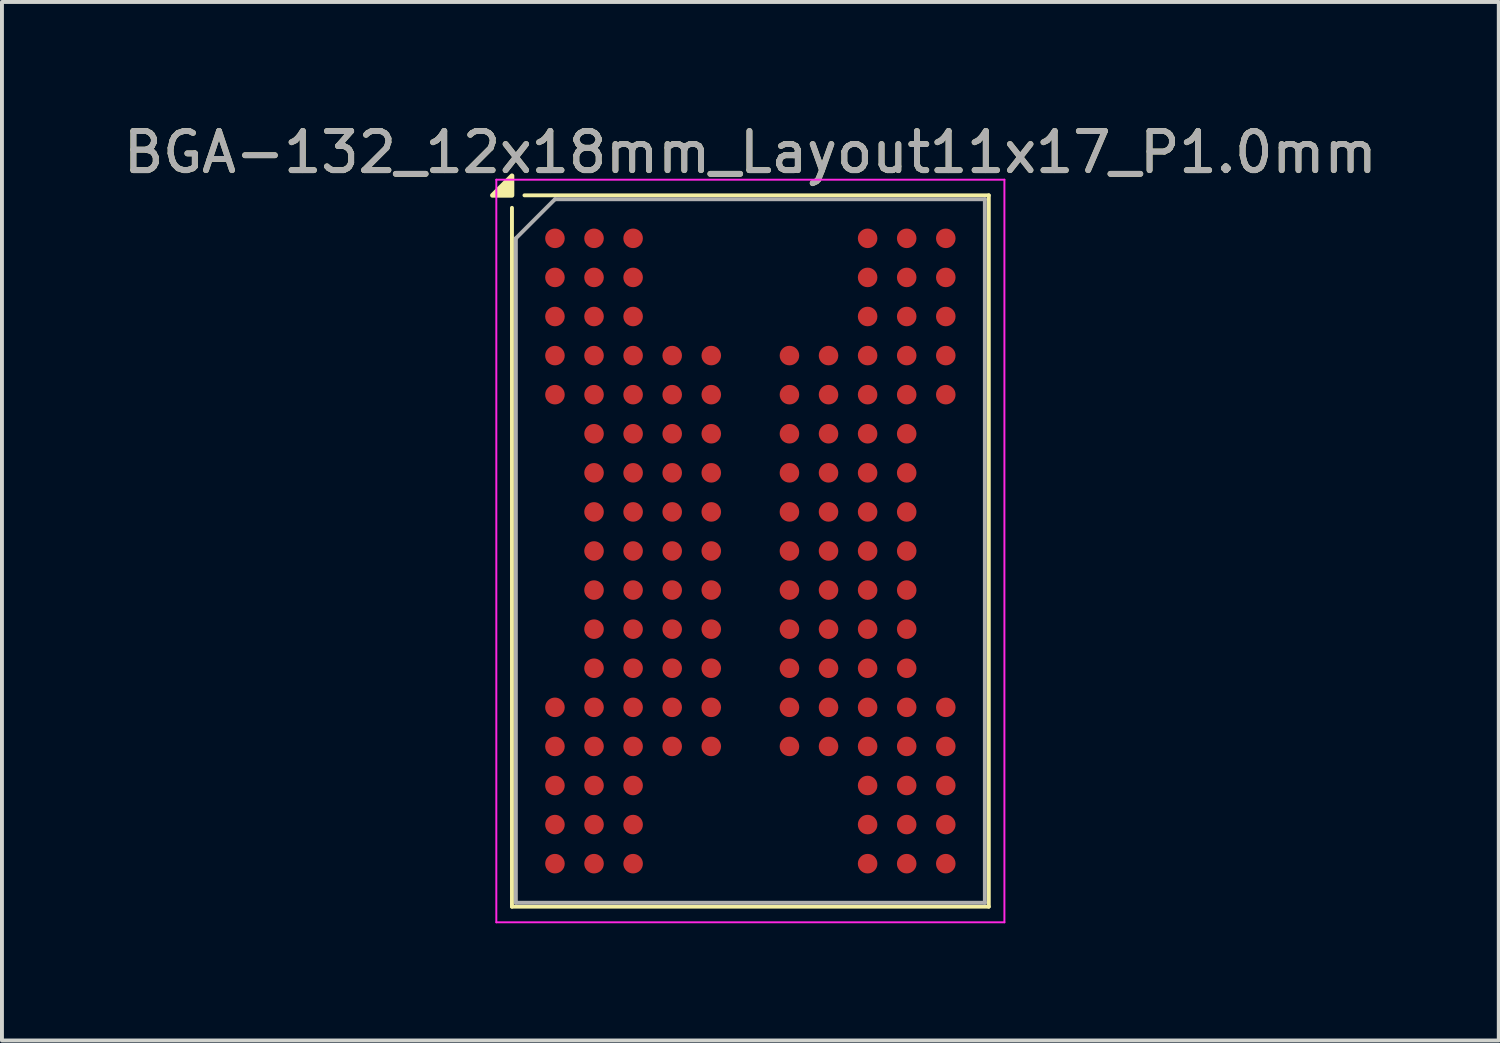
<source format=kicad_pcb>
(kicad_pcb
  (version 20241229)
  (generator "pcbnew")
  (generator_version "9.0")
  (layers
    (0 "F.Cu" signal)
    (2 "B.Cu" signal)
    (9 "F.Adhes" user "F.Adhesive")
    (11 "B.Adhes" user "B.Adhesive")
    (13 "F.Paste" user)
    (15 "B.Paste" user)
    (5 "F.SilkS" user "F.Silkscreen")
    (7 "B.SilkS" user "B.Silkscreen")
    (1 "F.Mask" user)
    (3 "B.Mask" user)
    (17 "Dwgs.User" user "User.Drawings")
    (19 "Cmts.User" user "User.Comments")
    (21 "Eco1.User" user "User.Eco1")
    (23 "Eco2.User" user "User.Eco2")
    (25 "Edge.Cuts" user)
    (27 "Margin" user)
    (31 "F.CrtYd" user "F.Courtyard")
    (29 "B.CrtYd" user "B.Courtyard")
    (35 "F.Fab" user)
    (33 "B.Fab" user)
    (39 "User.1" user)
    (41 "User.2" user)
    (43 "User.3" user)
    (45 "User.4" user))
  (footprint "BGA-132_12x18mm_Layout11x17_P1.0mm"
    (layer "F.Cu")
    (at 16.149 11.048)
    (property "Reference" "BGA-132_12x18mm_Layout11x17_P1.0mm" (at 0 -10.2 0) (layer "F.SilkS") (effects (font (size 1 1) (thickness 0.15))))
    (attr smd)
    (fp_line (start -6.1 9.1) (end -6.1 -8.78) (stroke (width 0.1) (type solid)) (layer "F.SilkS"))
    (fp_line (start -6.1 9.1) (end 6.1 9.1) (stroke (width 0.1) (type solid)) (layer "F.SilkS"))
    (fp_line (start -5.78 -9.1) (end 6.1 -9.1) (stroke (width 0.1) (type solid)) (layer "F.SilkS"))
    (fp_line (start 6.1 -9.1) (end 6.1 9.1) (stroke (width 0.1) (type solid)) (layer "F.SilkS"))
    (fp_poly (pts (xy -6.1 -9.1) (xy -6.6 -9.1) (xy -6.1 -9.6) (xy -6.1 -9.1)) (stroke (width 0.12) (type solid)) (fill yes) (layer "F.SilkS"))
    (fp_line (start -6.5 -9.5) (end 6.5 -9.5) (stroke (width 0.05) (type solid)) (layer "F.CrtYd"))
    (fp_line (start -6.5 9.5) (end -6.5 -9.5) (stroke (width 0.05) (type solid)) (layer "F.CrtYd"))
    (fp_line (start 6.5 -9.5) (end 6.5 9.5) (stroke (width 0.05) (type solid)) (layer "F.CrtYd"))
    (fp_line (start 6.5 9.5) (end -6.5 9.5) (stroke (width 0.05) (type solid)) (layer "F.CrtYd"))
    (fp_line (start -6 -8) (end -6 9) (stroke (width 0.1) (type solid)) (layer "F.Fab"))
    (fp_line (start -5 -9) (end -6 -8) (stroke (width 0.1) (type solid)) (layer "F.Fab"))
    (fp_line (start 6 -9) (end -5 -9) (stroke (width 0.1) (type solid)) (layer "F.Fab"))
    (fp_line (start 6 9) (end -6 9) (stroke (width 0.1) (type solid)) (layer "F.Fab"))
    (fp_line (start 6 9) (end 6 -9) (stroke (width 0.1) (type solid)) (layer "F.Fab"))
    (fp_text user "${REFERENCE}" (at 0 -10.2 0) (layer "F.Fab") (effects (font (size 1 1) (thickness 0.15))))
    (pad "A1" smd circle (at -5 -8) (size 0.5 0.5) (property pad_prop_bga) (layers "F.Cu" "F.Mask" "F.Paste"))
    (pad "A2" smd circle (at -4 -8) (size 0.5 0.5) (property pad_prop_bga) (layers "F.Cu" "F.Mask" "F.Paste"))
    (pad "A3" smd circle (at -3 -8) (size 0.5 0.5) (property pad_prop_bga) (layers "F.Cu" "F.Mask" "F.Paste"))
    (pad "A9" smd circle (at 3 -8) (size 0.5 0.5) (property pad_prop_bga) (layers "F.Cu" "F.Mask" "F.Paste"))
    (pad "A10" smd circle (at 4 -8) (size 0.5 0.5) (property pad_prop_bga) (layers "F.Cu" "F.Mask" "F.Paste"))
    (pad "A11" smd circle (at 5 -8) (size 0.5 0.5) (property pad_prop_bga) (layers "F.Cu" "F.Mask" "F.Paste"))
    (pad "B1" smd circle (at -5 -7) (size 0.5 0.5) (property pad_prop_bga) (layers "F.Cu" "F.Mask" "F.Paste"))
    (pad "B2" smd circle (at -4 -7) (size 0.5 0.5) (property pad_prop_bga) (layers "F.Cu" "F.Mask" "F.Paste"))
    (pad "B3" smd circle (at -3 -7) (size 0.5 0.5) (property pad_prop_bga) (layers "F.Cu" "F.Mask" "F.Paste"))
    (pad "B9" smd circle (at 3 -7) (size 0.5 0.5) (property pad_prop_bga) (layers "F.Cu" "F.Mask" "F.Paste"))
    (pad "B10" smd circle (at 4 -7) (size 0.5 0.5) (property pad_prop_bga) (layers "F.Cu" "F.Mask" "F.Paste"))
    (pad "B11" smd circle (at 5 -7) (size 0.5 0.5) (property pad_prop_bga) (layers "F.Cu" "F.Mask" "F.Paste"))
    (pad "C1" smd circle (at -5 -6) (size 0.5 0.5) (property pad_prop_bga) (layers "F.Cu" "F.Mask" "F.Paste"))
    (pad "C2" smd circle (at -4 -6) (size 0.5 0.5) (property pad_prop_bga) (layers "F.Cu" "F.Mask" "F.Paste"))
    (pad "C3" smd circle (at -3 -6) (size 0.5 0.5) (property pad_prop_bga) (layers "F.Cu" "F.Mask" "F.Paste"))
    (pad "C9" smd circle (at 3 -6) (size 0.5 0.5) (property pad_prop_bga) (layers "F.Cu" "F.Mask" "F.Paste"))
    (pad "C10" smd circle (at 4 -6) (size 0.5 0.5) (property pad_prop_bga) (layers "F.Cu" "F.Mask" "F.Paste"))
    (pad "C11" smd circle (at 5 -6) (size 0.5 0.5) (property pad_prop_bga) (layers "F.Cu" "F.Mask" "F.Paste"))
    (pad "D1" smd circle (at -5 -5) (size 0.5 0.5) (property pad_prop_bga) (layers "F.Cu" "F.Mask" "F.Paste"))
    (pad "D2" smd circle (at -4 -5) (size 0.5 0.5) (property pad_prop_bga) (layers "F.Cu" "F.Mask" "F.Paste"))
    (pad "D3" smd circle (at -3 -5) (size 0.5 0.5) (property pad_prop_bga) (layers "F.Cu" "F.Mask" "F.Paste"))
    (pad "D4" smd circle (at -2 -5) (size 0.5 0.5) (property pad_prop_bga) (layers "F.Cu" "F.Mask" "F.Paste"))
    (pad "D5" smd circle (at -1 -5) (size 0.5 0.5) (property pad_prop_bga) (layers "F.Cu" "F.Mask" "F.Paste"))
    (pad "D7" smd circle (at 1 -5) (size 0.5 0.5) (property pad_prop_bga) (layers "F.Cu" "F.Mask" "F.Paste"))
    (pad "D8" smd circle (at 2 -5) (size 0.5 0.5) (property pad_prop_bga) (layers "F.Cu" "F.Mask" "F.Paste"))
    (pad "D9" smd circle (at 3 -5) (size 0.5 0.5) (property pad_prop_bga) (layers "F.Cu" "F.Mask" "F.Paste"))
    (pad "D10" smd circle (at 4 -5) (size 0.5 0.5) (property pad_prop_bga) (layers "F.Cu" "F.Mask" "F.Paste"))
    (pad "D11" smd circle (at 5 -5) (size 0.5 0.5) (property pad_prop_bga) (layers "F.Cu" "F.Mask" "F.Paste"))
    (pad "E1" smd circle (at -5 -4) (size 0.5 0.5) (property pad_prop_bga) (layers "F.Cu" "F.Mask" "F.Paste"))
    (pad "E2" smd circle (at -4 -4) (size 0.5 0.5) (property pad_prop_bga) (layers "F.Cu" "F.Mask" "F.Paste"))
    (pad "E3" smd circle (at -3 -4) (size 0.5 0.5) (property pad_prop_bga) (layers "F.Cu" "F.Mask" "F.Paste"))
    (pad "E4" smd circle (at -2 -4) (size 0.5 0.5) (property pad_prop_bga) (layers "F.Cu" "F.Mask" "F.Paste"))
    (pad "E5" smd circle (at -1 -4) (size 0.5 0.5) (property pad_prop_bga) (layers "F.Cu" "F.Mask" "F.Paste"))
    (pad "E7" smd circle (at 1 -4) (size 0.5 0.5) (property pad_prop_bga) (layers "F.Cu" "F.Mask" "F.Paste"))
    (pad "E8" smd circle (at 2 -4) (size 0.5 0.5) (property pad_prop_bga) (layers "F.Cu" "F.Mask" "F.Paste"))
    (pad "E9" smd circle (at 3 -4) (size 0.5 0.5) (property pad_prop_bga) (layers "F.Cu" "F.Mask" "F.Paste"))
    (pad "E10" smd circle (at 4 -4) (size 0.5 0.5) (property pad_prop_bga) (layers "F.Cu" "F.Mask" "F.Paste"))
    (pad "E11" smd circle (at 5 -4) (size 0.5 0.5) (property pad_prop_bga) (layers "F.Cu" "F.Mask" "F.Paste"))
    (pad "F2" smd circle (at -4 -3) (size 0.5 0.5) (property pad_prop_bga) (layers "F.Cu" "F.Mask" "F.Paste"))
    (pad "F3" smd circle (at -3 -3) (size 0.5 0.5) (property pad_prop_bga) (layers "F.Cu" "F.Mask" "F.Paste"))
    (pad "F4" smd circle (at -2 -3) (size 0.5 0.5) (property pad_prop_bga) (layers "F.Cu" "F.Mask" "F.Paste"))
    (pad "F5" smd circle (at -1 -3) (size 0.5 0.5) (property pad_prop_bga) (layers "F.Cu" "F.Mask" "F.Paste"))
    (pad "F7" smd circle (at 1 -3) (size 0.5 0.5) (property pad_prop_bga) (layers "F.Cu" "F.Mask" "F.Paste"))
    (pad "F8" smd circle (at 2 -3) (size 0.5 0.5) (property pad_prop_bga) (layers "F.Cu" "F.Mask" "F.Paste"))
    (pad "F9" smd circle (at 3 -3) (size 0.5 0.5) (property pad_prop_bga) (layers "F.Cu" "F.Mask" "F.Paste"))
    (pad "F10" smd circle (at 4 -3) (size 0.5 0.5) (property pad_prop_bga) (layers "F.Cu" "F.Mask" "F.Paste"))
    (pad "G2" smd circle (at -4 -2) (size 0.5 0.5) (property pad_prop_bga) (layers "F.Cu" "F.Mask" "F.Paste"))
    (pad "G3" smd circle (at -3 -2) (size 0.5 0.5) (property pad_prop_bga) (layers "F.Cu" "F.Mask" "F.Paste"))
    (pad "G4" smd circle (at -2 -2) (size 0.5 0.5) (property pad_prop_bga) (layers "F.Cu" "F.Mask" "F.Paste"))
    (pad "G5" smd circle (at -1 -2) (size 0.5 0.5) (property pad_prop_bga) (layers "F.Cu" "F.Mask" "F.Paste"))
    (pad "G7" smd circle (at 1 -2) (size 0.5 0.5) (property pad_prop_bga) (layers "F.Cu" "F.Mask" "F.Paste"))
    (pad "G8" smd circle (at 2 -2) (size 0.5 0.5) (property pad_prop_bga) (layers "F.Cu" "F.Mask" "F.Paste"))
    (pad "G9" smd circle (at 3 -2) (size 0.5 0.5) (property pad_prop_bga) (layers "F.Cu" "F.Mask" "F.Paste"))
    (pad "G10" smd circle (at 4 -2) (size 0.5 0.5) (property pad_prop_bga) (layers "F.Cu" "F.Mask" "F.Paste"))
    (pad "H2" smd circle (at -4 -1) (size 0.5 0.5) (property pad_prop_bga) (layers "F.Cu" "F.Mask" "F.Paste"))
    (pad "H3" smd circle (at -3 -1) (size 0.5 0.5) (property pad_prop_bga) (layers "F.Cu" "F.Mask" "F.Paste"))
    (pad "H4" smd circle (at -2 -1) (size 0.5 0.5) (property pad_prop_bga) (layers "F.Cu" "F.Mask" "F.Paste"))
    (pad "H5" smd circle (at -1 -1) (size 0.5 0.5) (property pad_prop_bga) (layers "F.Cu" "F.Mask" "F.Paste"))
    (pad "H7" smd circle (at 1 -1) (size 0.5 0.5) (property pad_prop_bga) (layers "F.Cu" "F.Mask" "F.Paste"))
    (pad "H8" smd circle (at 2 -1) (size 0.5 0.5) (property pad_prop_bga) (layers "F.Cu" "F.Mask" "F.Paste"))
    (pad "H9" smd circle (at 3 -1) (size 0.5 0.5) (property pad_prop_bga) (layers "F.Cu" "F.Mask" "F.Paste"))
    (pad "H10" smd circle (at 4 -1) (size 0.5 0.5) (property pad_prop_bga) (layers "F.Cu" "F.Mask" "F.Paste"))
    (pad "J2" smd circle (at -4 0) (size 0.5 0.5) (property pad_prop_bga) (layers "F.Cu" "F.Mask" "F.Paste"))
    (pad "J3" smd circle (at -3 0) (size 0.5 0.5) (property pad_prop_bga) (layers "F.Cu" "F.Mask" "F.Paste"))
    (pad "J4" smd circle (at -2 0) (size 0.5 0.5) (property pad_prop_bga) (layers "F.Cu" "F.Mask" "F.Paste"))
    (pad "J5" smd circle (at -1 0) (size 0.5 0.5) (property pad_prop_bga) (layers "F.Cu" "F.Mask" "F.Paste"))
    (pad "J7" smd circle (at 1 0) (size 0.5 0.5) (property pad_prop_bga) (layers "F.Cu" "F.Mask" "F.Paste"))
    (pad "J8" smd circle (at 2 0) (size 0.5 0.5) (property pad_prop_bga) (layers "F.Cu" "F.Mask" "F.Paste"))
    (pad "J9" smd circle (at 3 0) (size 0.5 0.5) (property pad_prop_bga) (layers "F.Cu" "F.Mask" "F.Paste"))
    (pad "J10" smd circle (at 4 0) (size 0.5 0.5) (property pad_prop_bga) (layers "F.Cu" "F.Mask" "F.Paste"))
    (pad "K2" smd circle (at -4 1) (size 0.5 0.5) (property pad_prop_bga) (layers "F.Cu" "F.Mask" "F.Paste"))
    (pad "K3" smd circle (at -3 1) (size 0.5 0.5) (property pad_prop_bga) (layers "F.Cu" "F.Mask" "F.Paste"))
    (pad "K4" smd circle (at -2 1) (size 0.5 0.5) (property pad_prop_bga) (layers "F.Cu" "F.Mask" "F.Paste"))
    (pad "K5" smd circle (at -1 1) (size 0.5 0.5) (property pad_prop_bga) (layers "F.Cu" "F.Mask" "F.Paste"))
    (pad "K7" smd circle (at 1 1) (size 0.5 0.5) (property pad_prop_bga) (layers "F.Cu" "F.Mask" "F.Paste"))
    (pad "K8" smd circle (at 2 1) (size 0.5 0.5) (property pad_prop_bga) (layers "F.Cu" "F.Mask" "F.Paste"))
    (pad "K9" smd circle (at 3 1) (size 0.5 0.5) (property pad_prop_bga) (layers "F.Cu" "F.Mask" "F.Paste"))
    (pad "K10" smd circle (at 4 1) (size 0.5 0.5) (property pad_prop_bga) (layers "F.Cu" "F.Mask" "F.Paste"))
    (pad "L2" smd circle (at -4 2) (size 0.5 0.5) (property pad_prop_bga) (layers "F.Cu" "F.Mask" "F.Paste"))
    (pad "L3" smd circle (at -3 2) (size 0.5 0.5) (property pad_prop_bga) (layers "F.Cu" "F.Mask" "F.Paste"))
    (pad "L4" smd circle (at -2 2) (size 0.5 0.5) (property pad_prop_bga) (layers "F.Cu" "F.Mask" "F.Paste"))
    (pad "L5" smd circle (at -1 2) (size 0.5 0.5) (property pad_prop_bga) (layers "F.Cu" "F.Mask" "F.Paste"))
    (pad "L7" smd circle (at 1 2) (size 0.5 0.5) (property pad_prop_bga) (layers "F.Cu" "F.Mask" "F.Paste"))
    (pad "L8" smd circle (at 2 2) (size 0.5 0.5) (property pad_prop_bga) (layers "F.Cu" "F.Mask" "F.Paste"))
    (pad "L9" smd circle (at 3 2) (size 0.5 0.5) (property pad_prop_bga) (layers "F.Cu" "F.Mask" "F.Paste"))
    (pad "L10" smd circle (at 4 2) (size 0.5 0.5) (property pad_prop_bga) (layers "F.Cu" "F.Mask" "F.Paste"))
    (pad "M2" smd circle (at -4 3) (size 0.5 0.5) (property pad_prop_bga) (layers "F.Cu" "F.Mask" "F.Paste"))
    (pad "M3" smd circle (at -3 3) (size 0.5 0.5) (property pad_prop_bga) (layers "F.Cu" "F.Mask" "F.Paste"))
    (pad "M4" smd circle (at -2 3) (size 0.5 0.5) (property pad_prop_bga) (layers "F.Cu" "F.Mask" "F.Paste"))
    (pad "M5" smd circle (at -1 3) (size 0.5 0.5) (property pad_prop_bga) (layers "F.Cu" "F.Mask" "F.Paste"))
    (pad "M7" smd circle (at 1 3) (size 0.5 0.5) (property pad_prop_bga) (layers "F.Cu" "F.Mask" "F.Paste"))
    (pad "M8" smd circle (at 2 3) (size 0.5 0.5) (property pad_prop_bga) (layers "F.Cu" "F.Mask" "F.Paste"))
    (pad "M9" smd circle (at 3 3) (size 0.5 0.5) (property pad_prop_bga) (layers "F.Cu" "F.Mask" "F.Paste"))
    (pad "M10" smd circle (at 4 3) (size 0.5 0.5) (property pad_prop_bga) (layers "F.Cu" "F.Mask" "F.Paste"))
    (pad "N1" smd circle (at -5 4) (size 0.5 0.5) (property pad_prop_bga) (layers "F.Cu" "F.Mask" "F.Paste"))
    (pad "N2" smd circle (at -4 4) (size 0.5 0.5) (property pad_prop_bga) (layers "F.Cu" "F.Mask" "F.Paste"))
    (pad "N3" smd circle (at -3 4) (size 0.5 0.5) (property pad_prop_bga) (layers "F.Cu" "F.Mask" "F.Paste"))
    (pad "N4" smd circle (at -2 4) (size 0.5 0.5) (property pad_prop_bga) (layers "F.Cu" "F.Mask" "F.Paste"))
    (pad "N5" smd circle (at -1 4) (size 0.5 0.5) (property pad_prop_bga) (layers "F.Cu" "F.Mask" "F.Paste"))
    (pad "N7" smd circle (at 1 4) (size 0.5 0.5) (property pad_prop_bga) (layers "F.Cu" "F.Mask" "F.Paste"))
    (pad "N8" smd circle (at 2 4) (size 0.5 0.5) (property pad_prop_bga) (layers "F.Cu" "F.Mask" "F.Paste"))
    (pad "N9" smd circle (at 3 4) (size 0.5 0.5) (property pad_prop_bga) (layers "F.Cu" "F.Mask" "F.Paste"))
    (pad "N10" smd circle (at 4 4) (size 0.5 0.5) (property pad_prop_bga) (layers "F.Cu" "F.Mask" "F.Paste"))
    (pad "N11" smd circle (at 5 4) (size 0.5 0.5) (property pad_prop_bga) (layers "F.Cu" "F.Mask" "F.Paste"))
    (pad "P1" smd circle (at -5 5) (size 0.5 0.5) (property pad_prop_bga) (layers "F.Cu" "F.Mask" "F.Paste"))
    (pad "P2" smd circle (at -4 5) (size 0.5 0.5) (property pad_prop_bga) (layers "F.Cu" "F.Mask" "F.Paste"))
    (pad "P3" smd circle (at -3 5) (size 0.5 0.5) (property pad_prop_bga) (layers "F.Cu" "F.Mask" "F.Paste"))
    (pad "P4" smd circle (at -2 5) (size 0.5 0.5) (property pad_prop_bga) (layers "F.Cu" "F.Mask" "F.Paste"))
    (pad "P5" smd circle (at -1 5) (size 0.5 0.5) (property pad_prop_bga) (layers "F.Cu" "F.Mask" "F.Paste"))
    (pad "P7" smd circle (at 1 5) (size 0.5 0.5) (property pad_prop_bga) (layers "F.Cu" "F.Mask" "F.Paste"))
    (pad "P8" smd circle (at 2 5) (size 0.5 0.5) (property pad_prop_bga) (layers "F.Cu" "F.Mask" "F.Paste"))
    (pad "P9" smd circle (at 3 5) (size 0.5 0.5) (property pad_prop_bga) (layers "F.Cu" "F.Mask" "F.Paste"))
    (pad "P10" smd circle (at 4 5) (size 0.5 0.5) (property pad_prop_bga) (layers "F.Cu" "F.Mask" "F.Paste"))
    (pad "P11" smd circle (at 5 5) (size 0.5 0.5) (property pad_prop_bga) (layers "F.Cu" "F.Mask" "F.Paste"))
    (pad "R1" smd circle (at -5 6) (size 0.5 0.5) (property pad_prop_bga) (layers "F.Cu" "F.Mask" "F.Paste"))
    (pad "R2" smd circle (at -4 6) (size 0.5 0.5) (property pad_prop_bga) (layers "F.Cu" "F.Mask" "F.Paste"))
    (pad "R3" smd circle (at -3 6) (size 0.5 0.5) (property pad_prop_bga) (layers "F.Cu" "F.Mask" "F.Paste"))
    (pad "R9" smd circle (at 3 6) (size 0.5 0.5) (property pad_prop_bga) (layers "F.Cu" "F.Mask" "F.Paste"))
    (pad "R10" smd circle (at 4 6) (size 0.5 0.5) (property pad_prop_bga) (layers "F.Cu" "F.Mask" "F.Paste"))
    (pad "R11" smd circle (at 5 6) (size 0.5 0.5) (property pad_prop_bga) (layers "F.Cu" "F.Mask" "F.Paste"))
    (pad "T1" smd circle (at -5 7) (size 0.5 0.5) (property pad_prop_bga) (layers "F.Cu" "F.Mask" "F.Paste"))
    (pad "T2" smd circle (at -4 7) (size 0.5 0.5) (property pad_prop_bga) (layers "F.Cu" "F.Mask" "F.Paste"))
    (pad "T3" smd circle (at -3 7) (size 0.5 0.5) (property pad_prop_bga) (layers "F.Cu" "F.Mask" "F.Paste"))
    (pad "T9" smd circle (at 3 7) (size 0.5 0.5) (property pad_prop_bga) (layers "F.Cu" "F.Mask" "F.Paste"))
    (pad "T10" smd circle (at 4 7) (size 0.5 0.5) (property pad_prop_bga) (layers "F.Cu" "F.Mask" "F.Paste"))
    (pad "T11" smd circle (at 5 7) (size 0.5 0.5) (property pad_prop_bga) (layers "F.Cu" "F.Mask" "F.Paste"))
    (pad "U1" smd circle (at -5 8) (size 0.5 0.5) (property pad_prop_bga) (layers "F.Cu" "F.Mask" "F.Paste"))
    (pad "U2" smd circle (at -4 8) (size 0.5 0.5) (property pad_prop_bga) (layers "F.Cu" "F.Mask" "F.Paste"))
    (pad "U3" smd circle (at -3 8) (size 0.5 0.5) (property pad_prop_bga) (layers "F.Cu" "F.Mask" "F.Paste"))
    (pad "U9" smd circle (at 3 8) (size 0.5 0.5) (property pad_prop_bga) (layers "F.Cu" "F.Mask" "F.Paste"))
    (pad "U10" smd circle (at 4 8) (size 0.5 0.5) (property pad_prop_bga) (layers "F.Cu" "F.Mask" "F.Paste"))
    (pad "U11" smd circle (at 5 8) (size 0.5 0.5) (property pad_prop_bga) (layers "F.Cu" "F.Mask" "F.Paste")))
  (gr_rect
    (start -3 -3)
    (end 35.298 23.573)
    (stroke (width 0.1) (type default))
    (fill no)
    (layer "Edge.Cuts")))
</source>
